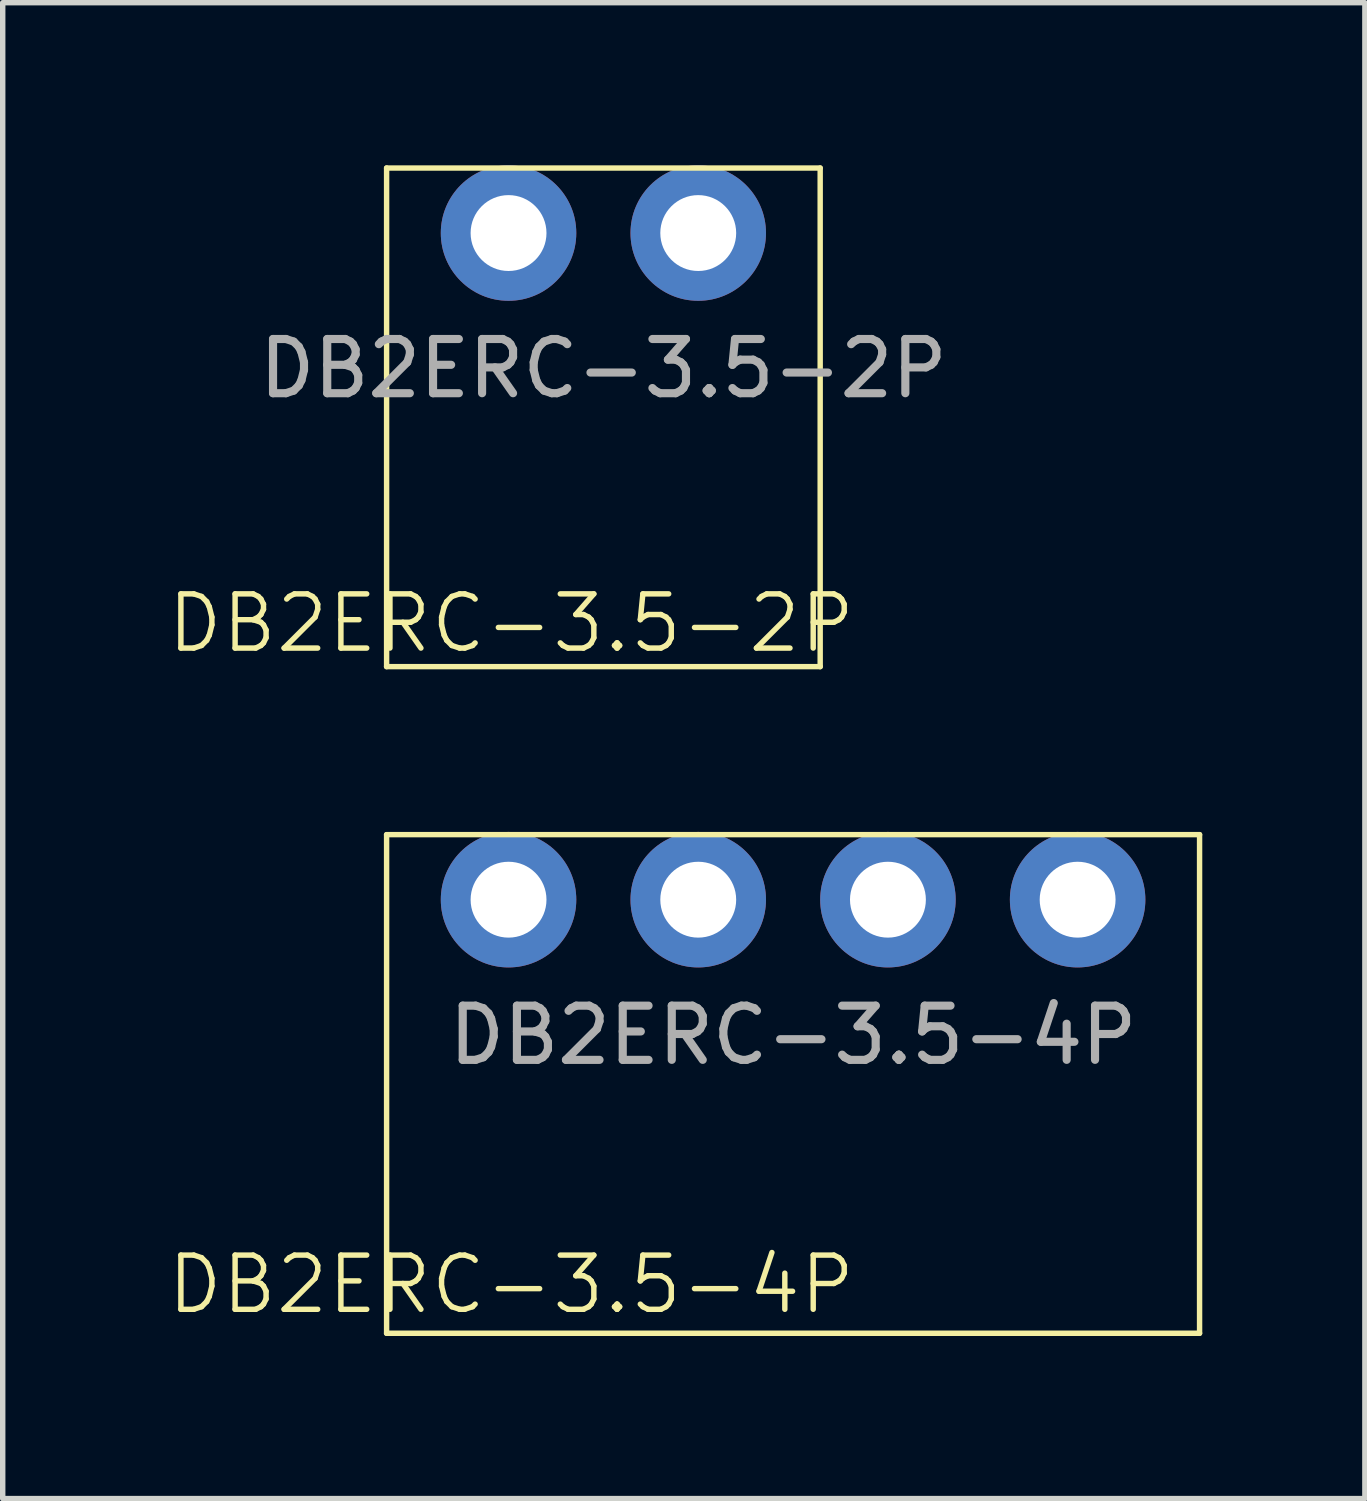
<source format=kicad_pcb>
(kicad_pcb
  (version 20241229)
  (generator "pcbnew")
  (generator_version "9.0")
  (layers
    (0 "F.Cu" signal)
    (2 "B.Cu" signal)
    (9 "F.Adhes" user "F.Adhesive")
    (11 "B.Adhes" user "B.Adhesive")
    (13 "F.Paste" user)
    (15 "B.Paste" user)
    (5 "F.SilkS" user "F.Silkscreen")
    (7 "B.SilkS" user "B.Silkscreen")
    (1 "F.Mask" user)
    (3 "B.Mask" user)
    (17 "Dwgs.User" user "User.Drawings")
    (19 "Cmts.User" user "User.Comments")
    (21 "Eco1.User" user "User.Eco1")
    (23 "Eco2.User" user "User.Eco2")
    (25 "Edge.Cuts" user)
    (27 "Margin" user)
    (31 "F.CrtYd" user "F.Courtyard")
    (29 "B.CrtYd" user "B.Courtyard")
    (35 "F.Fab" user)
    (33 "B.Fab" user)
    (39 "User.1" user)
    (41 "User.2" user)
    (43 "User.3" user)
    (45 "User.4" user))
  (footprint "DB2ERC-3.5-2P"
    (layer "F.Cu")
    (at 8.083 1.25)
    (property "Reference" "DB2ERC-3.5-2P" (at -1.7 7.2 0) (unlocked yes) (layer "F.SilkS") (effects (font (size 1 1) (thickness 0.1))))
    (attr through_hole)
    (fp_line (start -4 -1.2) (end 4 -1.2) (stroke (width 0.1) (type default)) (layer "F.SilkS"))
    (fp_line (start -4 8) (end -4 -1.2) (stroke (width 0.1) (type default)) (layer "F.SilkS"))
    (fp_line (start 4 -1.2) (end 4 8) (stroke (width 0.1) (type default)) (layer "F.SilkS"))
    (fp_line (start 4 8) (end -4 8) (stroke (width 0.1) (type default)) (layer "F.SilkS"))
    (fp_text user "${REFERENCE}" (at 0 2.5 0) (unlocked yes) (layer "F.Fab") (effects (font (size 1 1) (thickness 0.15))))
    (pad "1" thru_hole circle (at -1.75 0) (size 2.5 2.5) (drill 1.4) (layers "*.Cu" "*.Mask"))
    (pad "2" thru_hole circle (at 1.75 0) (size 2.5 2.5) (drill 1.4) (layers "*.Cu" "*.Mask")))
  (footprint "DB2ERC-3.5-4P"
    (layer "F.Cu")
    (at 11.583 13.55)
    (property "Reference" "DB2ERC-3.5-4P" (at -5.2 7.1 0) (unlocked yes) (layer "F.SilkS") (effects (font (size 1 1) (thickness 0.1))))
    (attr through_hole)
    (fp_line (start -7.5 -1.2) (end 7.5 -1.2) (stroke (width 0.1) (type default)) (layer "F.SilkS"))
    (fp_line (start -7.5 8) (end -7.5 -1.2) (stroke (width 0.1) (type default)) (layer "F.SilkS"))
    (fp_line (start 7.5 -1.2) (end 7.5 8) (stroke (width 0.1) (type default)) (layer "F.SilkS"))
    (fp_line (start 7.5 8) (end -7.5 8) (stroke (width 0.1) (type default)) (layer "F.SilkS"))
    (fp_text user "${REFERENCE}" (at 0 2.5 0) (unlocked yes) (layer "F.Fab") (effects (font (size 1 1) (thickness 0.15))))
    (pad "1" thru_hole circle (at -5.25 0) (size 2.5 2.5) (drill 1.4) (layers "*.Cu" "*.Mask"))
    (pad "2" thru_hole circle (at -1.75 0) (size 2.5 2.5) (drill 1.4) (layers "*.Cu" "*.Mask"))
    (pad "3" thru_hole circle (at 1.75 0) (size 2.5 2.5) (drill 1.4) (layers "*.Cu" "*.Mask"))
    (pad "4" thru_hole circle (at 5.25 0) (size 2.5 2.5) (drill 1.4) (layers "*.Cu" "*.Mask")))
  (gr_rect
    (start -3 -3)
    (end 22.133 24.6)
    (stroke (width 0.1) (type default))
    (fill no)
    (layer "Edge.Cuts")))
</source>
